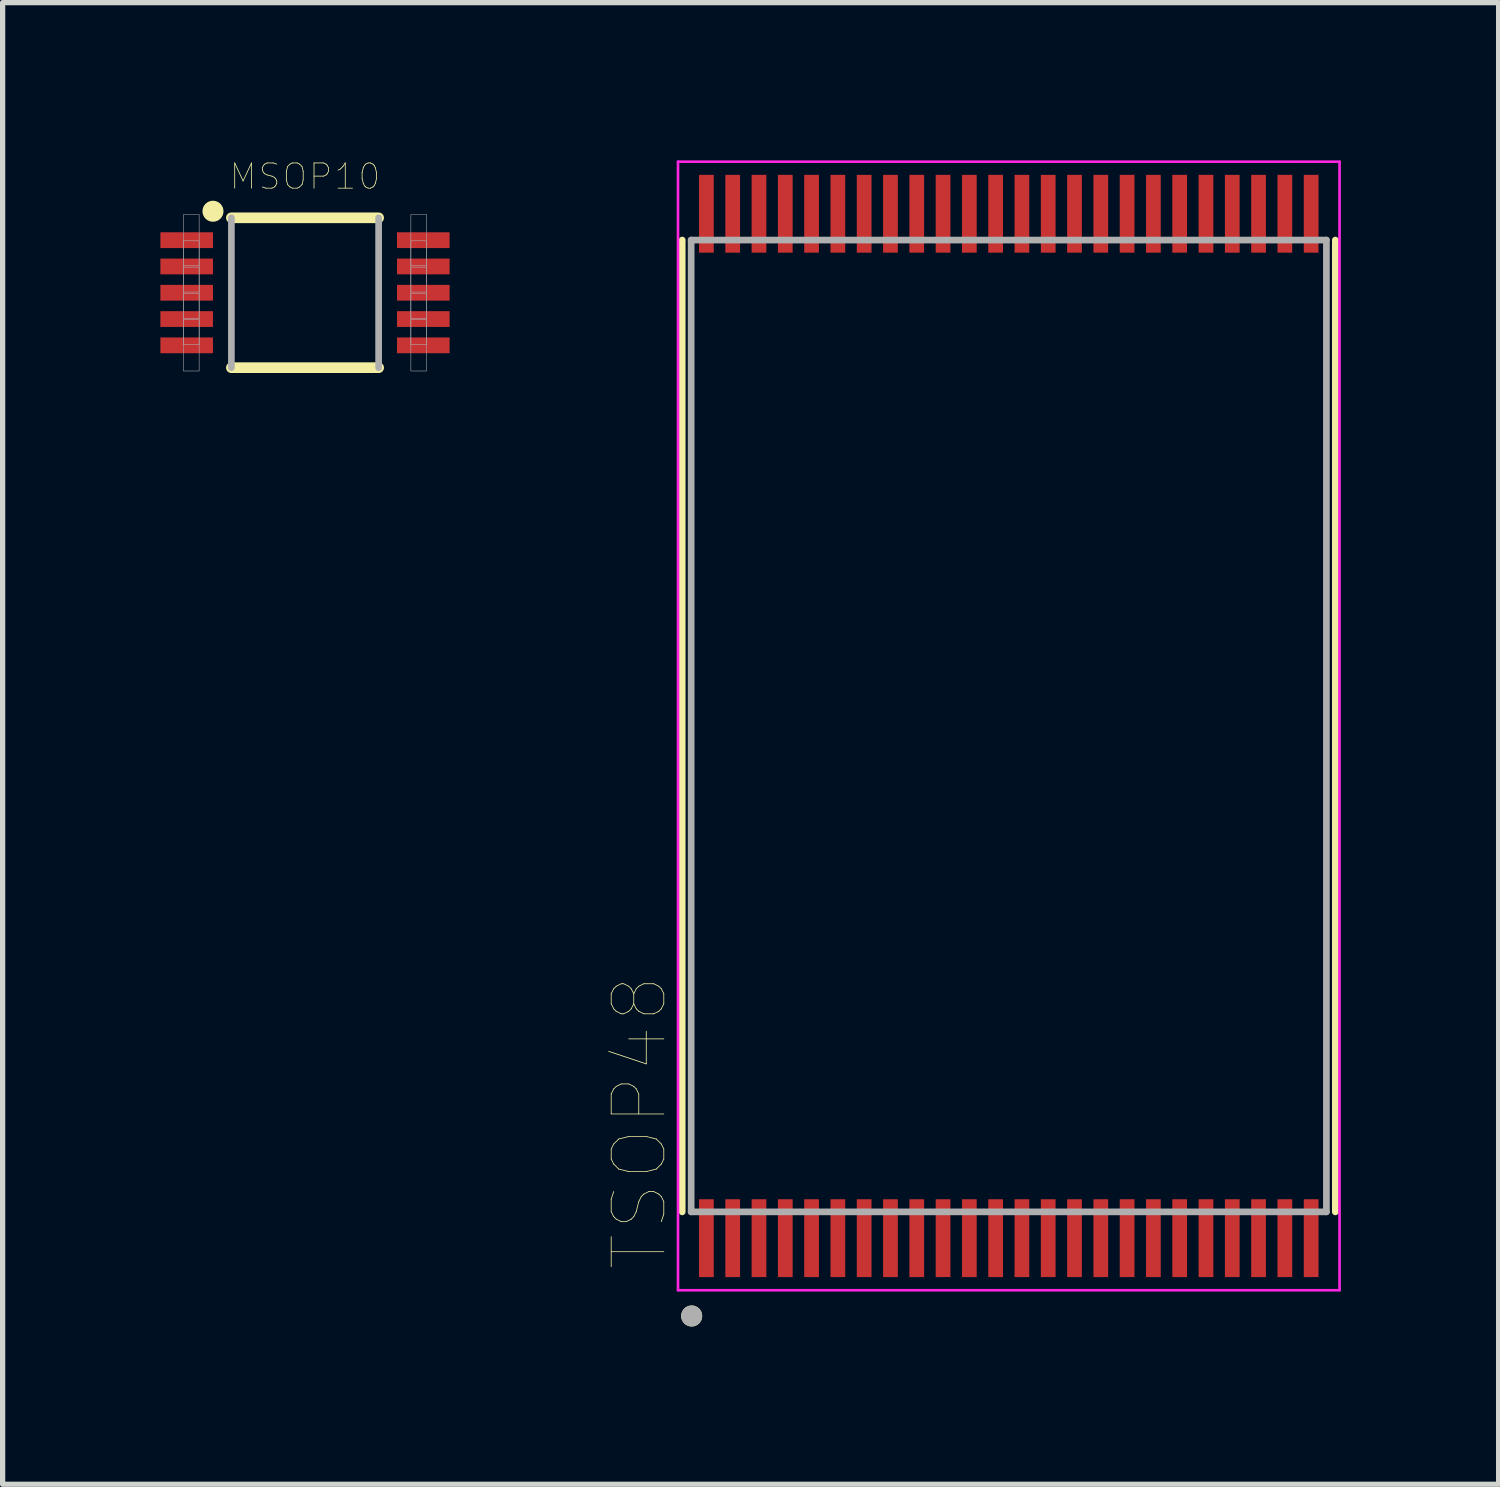
<source format=kicad_pcb>
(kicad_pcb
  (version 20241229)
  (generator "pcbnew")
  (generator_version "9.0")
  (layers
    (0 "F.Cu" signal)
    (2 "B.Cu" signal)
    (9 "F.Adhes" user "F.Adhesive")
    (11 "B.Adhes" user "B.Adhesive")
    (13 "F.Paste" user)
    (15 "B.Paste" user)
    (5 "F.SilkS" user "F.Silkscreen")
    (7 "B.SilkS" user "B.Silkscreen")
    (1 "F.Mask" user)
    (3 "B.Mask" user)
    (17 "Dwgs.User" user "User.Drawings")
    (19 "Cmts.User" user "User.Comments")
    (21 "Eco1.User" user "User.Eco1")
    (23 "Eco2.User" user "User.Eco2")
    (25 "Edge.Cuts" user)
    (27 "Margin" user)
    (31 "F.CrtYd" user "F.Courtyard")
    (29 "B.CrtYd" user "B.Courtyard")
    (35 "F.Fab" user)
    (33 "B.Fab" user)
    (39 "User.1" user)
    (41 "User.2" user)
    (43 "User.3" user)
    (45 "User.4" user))
  (footprint "MSOP10"
    (layer "F.Cu")
    (at 2.75 2.517)
    (property "Reference" "MSOP10" (at 0 -2.21 0) (layer "F.SilkS") (effects (font (size 0.48 0.48) (thickness 0.015))))
    (attr through_hole)
    (fp_poly (pts (xy -2.45 -1.55) (xy -2.05 -1.55) (xy -2.05 -0.45) (xy -2.45 -0.45)) (stroke (width 0.01) (type solid)) (fill yes) (layer "F.Mask"))
    (fp_poly (pts (xy -2.45 -1.05) (xy -2.05 -1.05) (xy -2.05 0.05) (xy -2.45 0.05)) (stroke (width 0.01) (type solid)) (fill yes) (layer "F.Mask"))
    (fp_poly (pts (xy -2.45 -0.55) (xy -2.05 -0.55) (xy -2.05 0.55) (xy -2.45 0.55)) (stroke (width 0.01) (type solid)) (fill yes) (layer "F.Mask"))
    (fp_poly (pts (xy -2.45 -0.05) (xy -2.05 -0.05) (xy -2.05 1.05) (xy -2.45 1.05)) (stroke (width 0.01) (type solid)) (fill yes) (layer "F.Mask"))
    (fp_poly (pts (xy -2.45 0.45) (xy -2.05 0.45) (xy -2.05 1.55) (xy -2.45 1.55)) (stroke (width 0.01) (type solid)) (fill yes) (layer "F.Mask"))
    (fp_poly (pts (xy 2.05 -1.55) (xy 2.45 -1.55) (xy 2.45 -0.45) (xy 2.05 -0.45)) (stroke (width 0.01) (type solid)) (fill yes) (layer "F.Mask"))
    (fp_poly (pts (xy 2.05 -1.05) (xy 2.45 -1.05) (xy 2.45 0.05) (xy 2.05 0.05)) (stroke (width 0.01) (type solid)) (fill yes) (layer "F.Mask"))
    (fp_poly (pts (xy 2.05 -0.55) (xy 2.45 -0.55) (xy 2.45 0.55) (xy 2.05 0.55)) (stroke (width 0.01) (type solid)) (fill yes) (layer "F.Mask"))
    (fp_poly (pts (xy 2.05 -0.05) (xy 2.45 -0.05) (xy 2.45 1.05) (xy 2.05 1.05)) (stroke (width 0.01) (type solid)) (fill yes) (layer "F.Mask"))
    (fp_poly (pts (xy 2.05 0.45) (xy 2.45 0.45) (xy 2.45 1.55) (xy 2.05 1.55)) (stroke (width 0.01) (type solid)) (fill yes) (layer "F.Mask"))
    (fp_line (start -1.4 1.425) (end 1.4 1.425) (stroke (width 0.203) (type solid)) (layer "F.SilkS"))
    (fp_line (start 1.4 -1.425) (end -1.4 -1.425) (stroke (width 0.203) (type solid)) (layer "F.SilkS"))
    (fp_circle (center -1.75 -1.55) (end -1.55 -1.55) (stroke (width 0) (type solid)) (fill yes) (layer "F.SilkS"))
    (fp_poly (pts (xy -2.388 -1.438) (xy -2.138 -1.438) (xy -2.138 -0.562) (xy -2.388 -0.562)) (stroke (width 0.01) (type solid)) (fill yes) (layer "F.Paste"))
    (fp_poly (pts (xy -2.388 -0.938) (xy -2.138 -0.938) (xy -2.138 -0.062) (xy -2.388 -0.062)) (stroke (width 0.01) (type solid)) (fill yes) (layer "F.Paste"))
    (fp_poly (pts (xy -2.388 -0.438) (xy -2.138 -0.438) (xy -2.138 0.438) (xy -2.388 0.438)) (stroke (width 0.01) (type solid)) (fill yes) (layer "F.Paste"))
    (fp_poly (pts (xy -2.388 0.062) (xy -2.138 0.062) (xy -2.138 0.938) (xy -2.388 0.938)) (stroke (width 0.01) (type solid)) (fill yes) (layer "F.Paste"))
    (fp_poly (pts (xy -2.388 0.562) (xy -2.138 0.562) (xy -2.138 1.438) (xy -2.388 1.438)) (stroke (width 0.01) (type solid)) (fill yes) (layer "F.Paste"))
    (fp_poly (pts (xy 2.138 -1.438) (xy 2.388 -1.438) (xy 2.388 -0.562) (xy 2.138 -0.562)) (stroke (width 0.01) (type solid)) (fill yes) (layer "F.Paste"))
    (fp_poly (pts (xy 2.138 -0.938) (xy 2.388 -0.938) (xy 2.388 -0.062) (xy 2.138 -0.062)) (stroke (width 0.01) (type solid)) (fill yes) (layer "F.Paste"))
    (fp_poly (pts (xy 2.138 -0.438) (xy 2.388 -0.438) (xy 2.388 0.438) (xy 2.138 0.438)) (stroke (width 0.01) (type solid)) (fill yes) (layer "F.Paste"))
    (fp_poly (pts (xy 2.138 0.062) (xy 2.388 0.062) (xy 2.388 0.938) (xy 2.138 0.938)) (stroke (width 0.01) (type solid)) (fill yes) (layer "F.Paste"))
    (fp_poly (pts (xy 2.138 0.562) (xy 2.388 0.562) (xy 2.388 1.438) (xy 2.138 1.438)) (stroke (width 0.01) (type solid)) (fill yes) (layer "F.Paste"))
    (fp_line (start -1.4 -1.425) (end -1.4 1.425) (stroke (width 0.127) (type solid)) (layer "F.Fab"))
    (fp_line (start 1.4 1.425) (end 1.4 -1.425) (stroke (width 0.127) (type solid)) (layer "F.Fab"))
    (fp_poly (pts (xy -2.312 -1.488) (xy -2.013 -1.488) (xy -2.013 -0.512) (xy -2.312 -0.512)) (stroke (width 0.01) (type solid)) (fill no) (layer "F.Fab"))
    (fp_poly (pts (xy -2.312 -0.988) (xy -2.013 -0.988) (xy -2.013 -0.013) (xy -2.312 -0.013)) (stroke (width 0.01) (type solid)) (fill no) (layer "F.Fab"))
    (fp_poly (pts (xy -2.312 -0.487) (xy -2.013 -0.487) (xy -2.013 0.487) (xy -2.312 0.487)) (stroke (width 0.01) (type solid)) (fill no) (layer "F.Fab"))
    (fp_poly (pts (xy -2.312 0.013) (xy -2.013 0.013) (xy -2.013 0.988) (xy -2.312 0.988)) (stroke (width 0.01) (type solid)) (fill no) (layer "F.Fab"))
    (fp_poly (pts (xy -2.312 0.512) (xy -2.013 0.512) (xy -2.013 1.488) (xy -2.312 1.488)) (stroke (width 0.01) (type solid)) (fill no) (layer "F.Fab"))
    (fp_poly (pts (xy 2.013 -1.488) (xy 2.312 -1.488) (xy 2.312 -0.512) (xy 2.013 -0.512)) (stroke (width 0.01) (type solid)) (fill no) (layer "F.Fab"))
    (fp_poly (pts (xy 2.013 -0.988) (xy 2.312 -0.988) (xy 2.312 -0.013) (xy 2.013 -0.013)) (stroke (width 0.01) (type solid)) (fill no) (layer "F.Fab"))
    (fp_poly (pts (xy 2.013 -0.487) (xy 2.312 -0.487) (xy 2.312 0.487) (xy 2.013 0.487)) (stroke (width 0.01) (type solid)) (fill no) (layer "F.Fab"))
    (fp_poly (pts (xy 2.013 0.013) (xy 2.312 0.013) (xy 2.312 0.988) (xy 2.013 0.988)) (stroke (width 0.01) (type solid)) (fill no) (layer "F.Fab"))
    (fp_poly (pts (xy 2.013 0.512) (xy 2.312 0.512) (xy 2.312 1.488) (xy 2.013 1.488)) (stroke (width 0.01) (type solid)) (fill no) (layer "F.Fab"))
    (pad "1" smd rect (at -2.25 -1) (size 1 0.3) (layers "F.Cu"))
    (pad "2" smd rect (at -2.25 -0.5) (size 1 0.3) (layers "F.Cu"))
    (pad "3" smd rect (at -2.25 0) (size 1 0.3) (layers "F.Cu"))
    (pad "4" smd rect (at -2.25 0.5) (size 1 0.3) (layers "F.Cu"))
    (pad "5" smd rect (at -2.25 1) (size 1 0.3) (layers "F.Cu"))
    (pad "6" smd rect (at 2.25 1) (size 1 0.3) (layers "F.Cu"))
    (pad "7" smd rect (at 2.25 0.5) (size 1 0.3) (layers "F.Cu"))
    (pad "8" smd rect (at 2.25 0) (size 1 0.3) (layers "F.Cu"))
    (pad "9" smd rect (at 2.25 -0.5) (size 1 0.3) (layers "F.Cu"))
    (pad "10" smd rect (at 2.25 -1) (size 1 0.3) (layers "F.Cu")))
  (footprint "TSOP48"
    (layer "F.Cu")
    (at 16.133 10.755)
    (property "Reference" "TSOP48" (at -7.022 7.545 90) (layer "F.SilkS") (effects (font (size 1 1) (thickness 0.015))))
    (attr smd)
    (fp_line (start -6.21 9.24) (end -6.21 -9.24) (stroke (width 0.127) (type solid)) (layer "F.SilkS"))
    (fp_line (start 6.21 9.24) (end 6.21 -9.24) (stroke (width 0.127) (type solid)) (layer "F.SilkS"))
    (fp_circle (center -6.03 11.22) (end -6.03 11.12) (stroke (width 0.2) (type solid)) (fill no) (layer "F.SilkS"))
    (fp_line (start -6.29 -10.73) (end 6.29 -10.73) (stroke (width 0.05) (type solid)) (layer "F.CrtYd"))
    (fp_line (start -6.29 10.73) (end -6.29 -10.73) (stroke (width 0.05) (type solid)) (layer "F.CrtYd"))
    (fp_line (start -6.29 10.73) (end 6.29 10.73) (stroke (width 0.05) (type solid)) (layer "F.CrtYd"))
    (fp_line (start 6.29 10.73) (end 6.29 -10.73) (stroke (width 0.05) (type solid)) (layer "F.CrtYd"))
    (fp_line (start -6.04 -9.24) (end 6.04 -9.24) (stroke (width 0.127) (type solid)) (layer "F.Fab"))
    (fp_line (start -6.04 9.24) (end -6.04 -9.24) (stroke (width 0.127) (type solid)) (layer "F.Fab"))
    (fp_line (start -6.04 9.24) (end 6.04 9.24) (stroke (width 0.127) (type solid)) (layer "F.Fab"))
    (fp_line (start 6.04 9.24) (end 6.04 -9.24) (stroke (width 0.127) (type solid)) (layer "F.Fab"))
    (fp_circle (center -6.03 11.22) (end -6.03 11.12) (stroke (width 0.2) (type solid)) (fill no) (layer "F.Fab"))
    (pad "1" smd rect (at -5.75 9.74 90) (size 1.48 0.28) (layers "F.Cu" "F.Mask" "F.Paste"))
    (pad "2" smd rect (at -5.25 9.74 90) (size 1.48 0.28) (layers "F.Cu" "F.Mask" "F.Paste"))
    (pad "3" smd rect (at -4.75 9.74 90) (size 1.48 0.28) (layers "F.Cu" "F.Mask" "F.Paste"))
    (pad "4" smd rect (at -4.25 9.74 90) (size 1.48 0.28) (layers "F.Cu" "F.Mask" "F.Paste"))
    (pad "5" smd rect (at -3.75 9.74 90) (size 1.48 0.28) (layers "F.Cu" "F.Mask" "F.Paste"))
    (pad "6" smd rect (at -3.25 9.74 90) (size 1.48 0.28) (layers "F.Cu" "F.Mask" "F.Paste"))
    (pad "7" smd rect (at -2.75 9.74 90) (size 1.48 0.28) (layers "F.Cu" "F.Mask" "F.Paste"))
    (pad "8" smd rect (at -2.25 9.74 90) (size 1.48 0.28) (layers "F.Cu" "F.Mask" "F.Paste"))
    (pad "9" smd rect (at -1.75 9.74 90) (size 1.48 0.28) (layers "F.Cu" "F.Mask" "F.Paste"))
    (pad "10" smd rect (at -1.25 9.74 90) (size 1.48 0.28) (layers "F.Cu" "F.Mask" "F.Paste"))
    (pad "11" smd rect (at -0.75 9.74 90) (size 1.48 0.28) (layers "F.Cu" "F.Mask" "F.Paste"))
    (pad "12" smd rect (at -0.25 9.74 90) (size 1.48 0.28) (layers "F.Cu" "F.Mask" "F.Paste"))
    (pad "13" smd rect (at 0.25 9.74 90) (size 1.48 0.28) (layers "F.Cu" "F.Mask" "F.Paste"))
    (pad "14" smd rect (at 0.75 9.74 90) (size 1.48 0.28) (layers "F.Cu" "F.Mask" "F.Paste"))
    (pad "15" smd rect (at 1.25 9.74 90) (size 1.48 0.28) (layers "F.Cu" "F.Mask" "F.Paste"))
    (pad "16" smd rect (at 1.75 9.74 90) (size 1.48 0.28) (layers "F.Cu" "F.Mask" "F.Paste"))
    (pad "17" smd rect (at 2.25 9.74 90) (size 1.48 0.28) (layers "F.Cu" "F.Mask" "F.Paste"))
    (pad "18" smd rect (at 2.75 9.74 90) (size 1.48 0.28) (layers "F.Cu" "F.Mask" "F.Paste"))
    (pad "19" smd rect (at 3.25 9.74 90) (size 1.48 0.28) (layers "F.Cu" "F.Mask" "F.Paste"))
    (pad "20" smd rect (at 3.75 9.74 90) (size 1.48 0.28) (layers "F.Cu" "F.Mask" "F.Paste"))
    (pad "21" smd rect (at 4.25 9.74 90) (size 1.48 0.28) (layers "F.Cu" "F.Mask" "F.Paste"))
    (pad "22" smd rect (at 4.75 9.74 90) (size 1.48 0.28) (layers "F.Cu" "F.Mask" "F.Paste"))
    (pad "23" smd rect (at 5.25 9.74 90) (size 1.48 0.28) (layers "F.Cu" "F.Mask" "F.Paste"))
    (pad "24" smd rect (at 5.75 9.74 90) (size 1.48 0.28) (layers "F.Cu" "F.Mask" "F.Paste"))
    (pad "25" smd rect (at 5.75 -9.74 90) (size 1.48 0.28) (layers "F.Cu" "F.Mask" "F.Paste"))
    (pad "26" smd rect (at 5.25 -9.74 90) (size 1.48 0.28) (layers "F.Cu" "F.Mask" "F.Paste"))
    (pad "27" smd rect (at 4.75 -9.74 90) (size 1.48 0.28) (layers "F.Cu" "F.Mask" "F.Paste"))
    (pad "28" smd rect (at 4.25 -9.74 90) (size 1.48 0.28) (layers "F.Cu" "F.Mask" "F.Paste"))
    (pad "29" smd rect (at 3.75 -9.74 90) (size 1.48 0.28) (layers "F.Cu" "F.Mask" "F.Paste"))
    (pad "30" smd rect (at 3.25 -9.74 90) (size 1.48 0.28) (layers "F.Cu" "F.Mask" "F.Paste"))
    (pad "31" smd rect (at 2.75 -9.74 90) (size 1.48 0.28) (layers "F.Cu" "F.Mask" "F.Paste"))
    (pad "32" smd rect (at 2.25 -9.74 90) (size 1.48 0.28) (layers "F.Cu" "F.Mask" "F.Paste"))
    (pad "33" smd rect (at 1.75 -9.74 90) (size 1.48 0.28) (layers "F.Cu" "F.Mask" "F.Paste"))
    (pad "34" smd rect (at 1.25 -9.74 90) (size 1.48 0.28) (layers "F.Cu" "F.Mask" "F.Paste"))
    (pad "35" smd rect (at 0.75 -9.74 90) (size 1.48 0.28) (layers "F.Cu" "F.Mask" "F.Paste"))
    (pad "36" smd rect (at 0.25 -9.74 90) (size 1.48 0.28) (layers "F.Cu" "F.Mask" "F.Paste"))
    (pad "37" smd rect (at -0.25 -9.74 90) (size 1.48 0.28) (layers "F.Cu" "F.Mask" "F.Paste"))
    (pad "38" smd rect (at -0.75 -9.74 90) (size 1.48 0.28) (layers "F.Cu" "F.Mask" "F.Paste"))
    (pad "39" smd rect (at -1.25 -9.74 90) (size 1.48 0.28) (layers "F.Cu" "F.Mask" "F.Paste"))
    (pad "40" smd rect (at -1.75 -9.74 90) (size 1.48 0.28) (layers "F.Cu" "F.Mask" "F.Paste"))
    (pad "41" smd rect (at -2.25 -9.74 90) (size 1.48 0.28) (layers "F.Cu" "F.Mask" "F.Paste"))
    (pad "42" smd rect (at -2.75 -9.74 90) (size 1.48 0.28) (layers "F.Cu" "F.Mask" "F.Paste"))
    (pad "43" smd rect (at -3.25 -9.74 90) (size 1.48 0.28) (layers "F.Cu" "F.Mask" "F.Paste"))
    (pad "44" smd rect (at -3.75 -9.74 90) (size 1.48 0.28) (layers "F.Cu" "F.Mask" "F.Paste"))
    (pad "45" smd rect (at -4.25 -9.74 90) (size 1.48 0.28) (layers "F.Cu" "F.Mask" "F.Paste"))
    (pad "46" smd rect (at -4.75 -9.74 90) (size 1.48 0.28) (layers "F.Cu" "F.Mask" "F.Paste"))
    (pad "47" smd rect (at -5.25 -9.74 90) (size 1.48 0.28) (layers "F.Cu" "F.Mask" "F.Paste"))
    (pad "48" smd rect (at -5.75 -9.74 90) (size 1.48 0.28) (layers "F.Cu" "F.Mask" "F.Paste")))
  (gr_rect
    (start -3 -3)
    (end 25.448 25.175)
    (stroke (width 0.1) (type default))
    (fill no)
    (layer "Edge.Cuts")))
</source>
